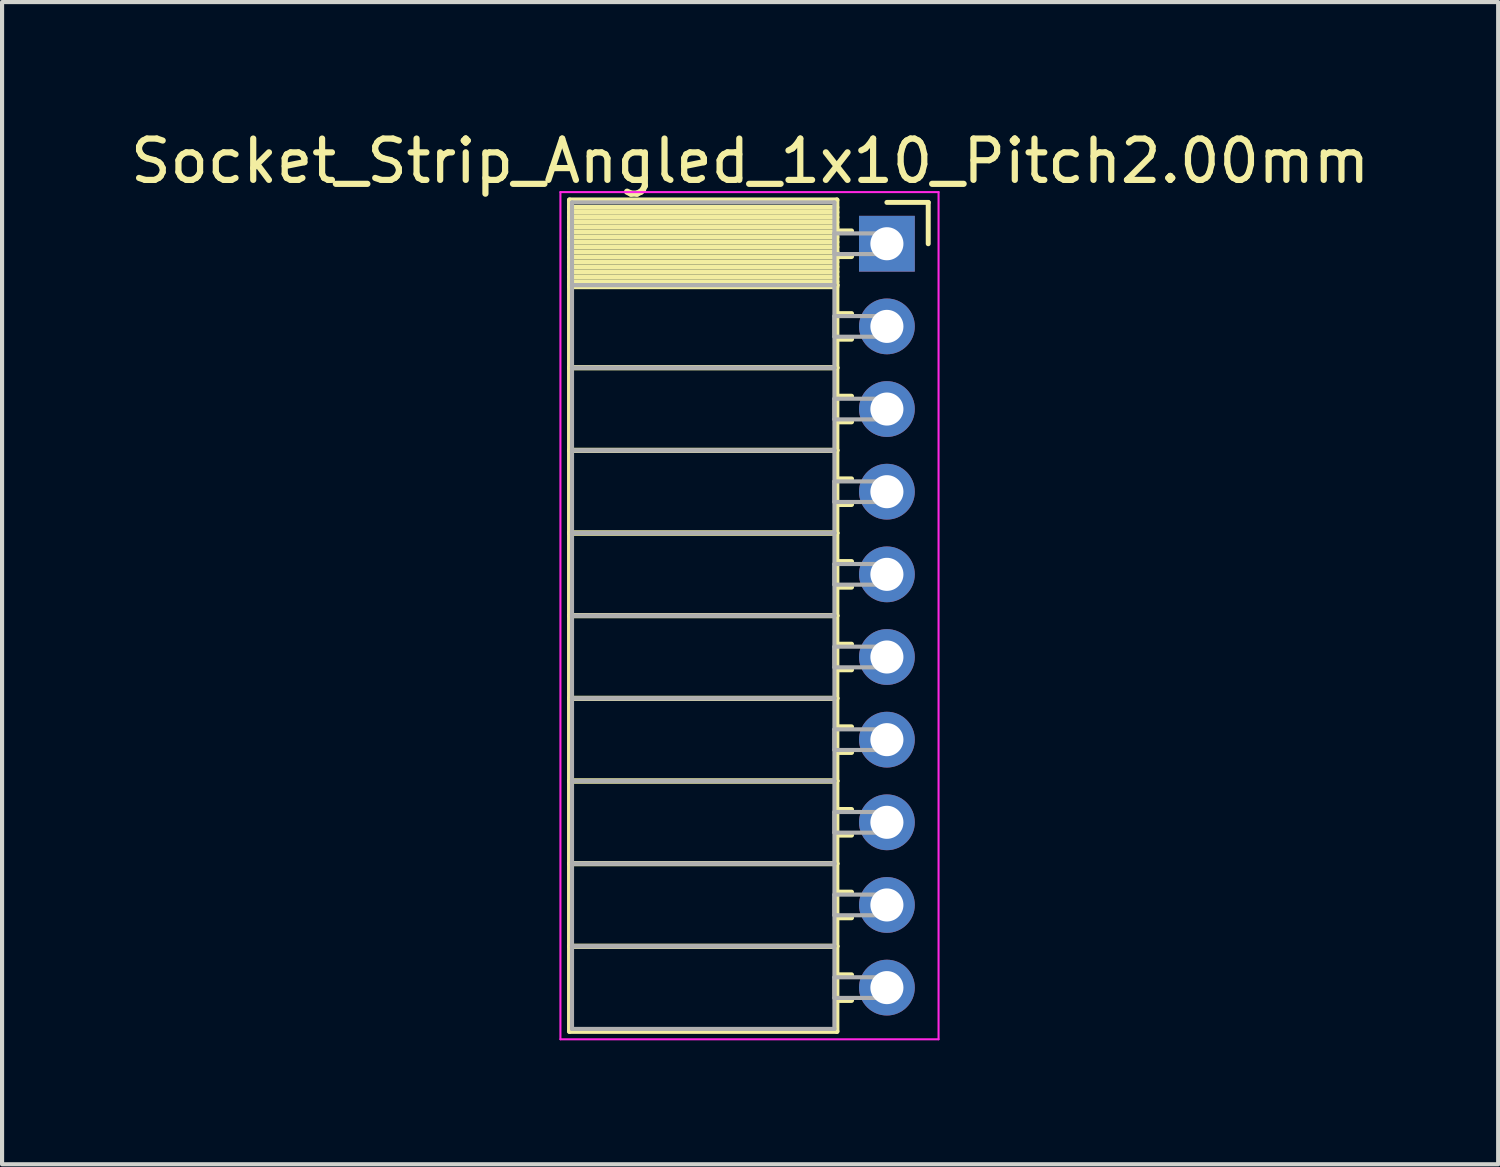
<source format=kicad_pcb>
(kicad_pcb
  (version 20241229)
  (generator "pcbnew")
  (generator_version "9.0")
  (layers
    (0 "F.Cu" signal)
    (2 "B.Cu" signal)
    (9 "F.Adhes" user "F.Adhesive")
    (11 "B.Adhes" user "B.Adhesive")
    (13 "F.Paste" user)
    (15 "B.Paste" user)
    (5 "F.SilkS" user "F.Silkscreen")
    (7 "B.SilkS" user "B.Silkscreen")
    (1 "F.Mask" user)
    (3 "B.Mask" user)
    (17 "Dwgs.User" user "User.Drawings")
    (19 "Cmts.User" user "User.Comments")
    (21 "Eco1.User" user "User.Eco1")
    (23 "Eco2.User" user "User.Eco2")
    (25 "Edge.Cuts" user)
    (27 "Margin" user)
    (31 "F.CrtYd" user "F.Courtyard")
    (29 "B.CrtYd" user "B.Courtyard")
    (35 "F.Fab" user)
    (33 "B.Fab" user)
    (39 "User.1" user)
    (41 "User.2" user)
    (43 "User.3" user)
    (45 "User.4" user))
  (footprint "Socket_Strip_Angled_1x10_Pitch2.00mm"
    (layer "F.Cu")
    (at 18.411 2.848)
    (property "Reference" "Socket_Strip_Angled_1x10_Pitch2.00mm" (at -3.31 -2 0) (layer "F.SilkS") (effects (font (size 1 1) (thickness 0.15))))
    (attr through_hole)
    (fp_line (start -7.68 -1.06) (end -1.21 -1.06) (stroke (width 0.12) (type solid)) (layer "F.SilkS"))
    (fp_line (start -7.68 1) (end -7.68 -1.06) (stroke (width 0.12) (type solid)) (layer "F.SilkS"))
    (fp_line (start -7.68 1) (end -1.21 1) (stroke (width 0.12) (type solid)) (layer "F.SilkS"))
    (fp_line (start -7.68 3) (end -7.68 1) (stroke (width 0.12) (type solid)) (layer "F.SilkS"))
    (fp_line (start -7.68 3) (end -1.21 3) (stroke (width 0.12) (type solid)) (layer "F.SilkS"))
    (fp_line (start -7.68 5) (end -7.68 3) (stroke (width 0.12) (type solid)) (layer "F.SilkS"))
    (fp_line (start -7.68 5) (end -1.21 5) (stroke (width 0.12) (type solid)) (layer "F.SilkS"))
    (fp_line (start -7.68 7) (end -7.68 5) (stroke (width 0.12) (type solid)) (layer "F.SilkS"))
    (fp_line (start -7.68 7) (end -1.21 7) (stroke (width 0.12) (type solid)) (layer "F.SilkS"))
    (fp_line (start -7.68 9) (end -7.68 7) (stroke (width 0.12) (type solid)) (layer "F.SilkS"))
    (fp_line (start -7.68 9) (end -1.21 9) (stroke (width 0.12) (type solid)) (layer "F.SilkS"))
    (fp_line (start -7.68 11) (end -7.68 9) (stroke (width 0.12) (type solid)) (layer "F.SilkS"))
    (fp_line (start -7.68 11) (end -1.21 11) (stroke (width 0.12) (type solid)) (layer "F.SilkS"))
    (fp_line (start -7.68 13) (end -7.68 11) (stroke (width 0.12) (type solid)) (layer "F.SilkS"))
    (fp_line (start -7.68 13) (end -1.21 13) (stroke (width 0.12) (type solid)) (layer "F.SilkS"))
    (fp_line (start -7.68 15) (end -7.68 13) (stroke (width 0.12) (type solid)) (layer "F.SilkS"))
    (fp_line (start -7.68 15) (end -1.21 15) (stroke (width 0.12) (type solid)) (layer "F.SilkS"))
    (fp_line (start -7.68 17) (end -7.68 15) (stroke (width 0.12) (type solid)) (layer "F.SilkS"))
    (fp_line (start -7.68 17) (end -1.21 17) (stroke (width 0.12) (type solid)) (layer "F.SilkS"))
    (fp_line (start -7.68 19.06) (end -7.68 17) (stroke (width 0.12) (type solid)) (layer "F.SilkS"))
    (fp_line (start -1.21 -1.06) (end -1.21 1) (stroke (width 0.12) (type solid)) (layer "F.SilkS"))
    (fp_line (start -1.21 -0.88) (end -7.68 -0.88) (stroke (width 0.12) (type solid)) (layer "F.SilkS"))
    (fp_line (start -1.21 -0.76) (end -7.68 -0.76) (stroke (width 0.12) (type solid)) (layer "F.SilkS"))
    (fp_line (start -1.21 -0.64) (end -7.68 -0.64) (stroke (width 0.12) (type solid)) (layer "F.SilkS"))
    (fp_line (start -1.21 -0.52) (end -7.68 -0.52) (stroke (width 0.12) (type solid)) (layer "F.SilkS"))
    (fp_line (start -1.21 -0.4) (end -7.68 -0.4) (stroke (width 0.12) (type solid)) (layer "F.SilkS"))
    (fp_line (start -1.21 -0.28) (end -7.68 -0.28) (stroke (width 0.12) (type solid)) (layer "F.SilkS"))
    (fp_line (start -1.21 -0.16) (end -7.68 -0.16) (stroke (width 0.12) (type solid)) (layer "F.SilkS"))
    (fp_line (start -1.21 -0.04) (end -7.68 -0.04) (stroke (width 0.12) (type solid)) (layer "F.SilkS"))
    (fp_line (start -1.21 0.08) (end -7.68 0.08) (stroke (width 0.12) (type solid)) (layer "F.SilkS"))
    (fp_line (start -1.21 0.2) (end -7.68 0.2) (stroke (width 0.12) (type solid)) (layer "F.SilkS"))
    (fp_line (start -1.21 0.32) (end -7.68 0.32) (stroke (width 0.12) (type solid)) (layer "F.SilkS"))
    (fp_line (start -1.21 0.44) (end -7.68 0.44) (stroke (width 0.12) (type solid)) (layer "F.SilkS"))
    (fp_line (start -1.21 0.56) (end -7.68 0.56) (stroke (width 0.12) (type solid)) (layer "F.SilkS"))
    (fp_line (start -1.21 0.68) (end -7.68 0.68) (stroke (width 0.12) (type solid)) (layer "F.SilkS"))
    (fp_line (start -1.21 0.8) (end -7.68 0.8) (stroke (width 0.12) (type solid)) (layer "F.SilkS"))
    (fp_line (start -1.21 0.92) (end -7.68 0.92) (stroke (width 0.12) (type solid)) (layer "F.SilkS"))
    (fp_line (start -1.21 1) (end -7.68 1) (stroke (width 0.12) (type solid)) (layer "F.SilkS"))
    (fp_line (start -1.21 1) (end -1.21 3) (stroke (width 0.12) (type solid)) (layer "F.SilkS"))
    (fp_line (start -1.21 1.04) (end -7.68 1.04) (stroke (width 0.12) (type solid)) (layer "F.SilkS"))
    (fp_line (start -1.21 3) (end -7.68 3) (stroke (width 0.12) (type solid)) (layer "F.SilkS"))
    (fp_line (start -1.21 3) (end -1.21 5) (stroke (width 0.12) (type solid)) (layer "F.SilkS"))
    (fp_line (start -1.21 5) (end -7.68 5) (stroke (width 0.12) (type solid)) (layer "F.SilkS"))
    (fp_line (start -1.21 5) (end -1.21 7) (stroke (width 0.12) (type solid)) (layer "F.SilkS"))
    (fp_line (start -1.21 7) (end -7.68 7) (stroke (width 0.12) (type solid)) (layer "F.SilkS"))
    (fp_line (start -1.21 7) (end -1.21 9) (stroke (width 0.12) (type solid)) (layer "F.SilkS"))
    (fp_line (start -1.21 9) (end -7.68 9) (stroke (width 0.12) (type solid)) (layer "F.SilkS"))
    (fp_line (start -1.21 9) (end -1.21 11) (stroke (width 0.12) (type solid)) (layer "F.SilkS"))
    (fp_line (start -1.21 11) (end -7.68 11) (stroke (width 0.12) (type solid)) (layer "F.SilkS"))
    (fp_line (start -1.21 11) (end -1.21 13) (stroke (width 0.12) (type solid)) (layer "F.SilkS"))
    (fp_line (start -1.21 13) (end -7.68 13) (stroke (width 0.12) (type solid)) (layer "F.SilkS"))
    (fp_line (start -1.21 13) (end -1.21 15) (stroke (width 0.12) (type solid)) (layer "F.SilkS"))
    (fp_line (start -1.21 15) (end -7.68 15) (stroke (width 0.12) (type solid)) (layer "F.SilkS"))
    (fp_line (start -1.21 15) (end -1.21 17) (stroke (width 0.12) (type solid)) (layer "F.SilkS"))
    (fp_line (start -1.21 17) (end -7.68 17) (stroke (width 0.12) (type solid)) (layer "F.SilkS"))
    (fp_line (start -1.21 17) (end -1.21 19.06) (stroke (width 0.12) (type solid)) (layer "F.SilkS"))
    (fp_line (start -1.21 19.06) (end -7.68 19.06) (stroke (width 0.12) (type solid)) (layer "F.SilkS"))
    (fp_line (start -0.855 -0.31) (end -1.21 -0.31) (stroke (width 0.12) (type solid)) (layer "F.SilkS"))
    (fp_line (start -0.855 0.31) (end -1.21 0.31) (stroke (width 0.12) (type solid)) (layer "F.SilkS"))
    (fp_line (start -0.855 1.69) (end -1.21 1.69) (stroke (width 0.12) (type solid)) (layer "F.SilkS"))
    (fp_line (start -0.855 2.31) (end -1.21 2.31) (stroke (width 0.12) (type solid)) (layer "F.SilkS"))
    (fp_line (start -0.855 3.69) (end -1.21 3.69) (stroke (width 0.12) (type solid)) (layer "F.SilkS"))
    (fp_line (start -0.855 4.31) (end -1.21 4.31) (stroke (width 0.12) (type solid)) (layer "F.SilkS"))
    (fp_line (start -0.855 5.69) (end -1.21 5.69) (stroke (width 0.12) (type solid)) (layer "F.SilkS"))
    (fp_line (start -0.855 6.31) (end -1.21 6.31) (stroke (width 0.12) (type solid)) (layer "F.SilkS"))
    (fp_line (start -0.855 7.69) (end -1.21 7.69) (stroke (width 0.12) (type solid)) (layer "F.SilkS"))
    (fp_line (start -0.855 8.31) (end -1.21 8.31) (stroke (width 0.12) (type solid)) (layer "F.SilkS"))
    (fp_line (start -0.855 9.69) (end -1.21 9.69) (stroke (width 0.12) (type solid)) (layer "F.SilkS"))
    (fp_line (start -0.855 10.31) (end -1.21 10.31) (stroke (width 0.12) (type solid)) (layer "F.SilkS"))
    (fp_line (start -0.855 11.69) (end -1.21 11.69) (stroke (width 0.12) (type solid)) (layer "F.SilkS"))
    (fp_line (start -0.855 12.31) (end -1.21 12.31) (stroke (width 0.12) (type solid)) (layer "F.SilkS"))
    (fp_line (start -0.855 13.69) (end -1.21 13.69) (stroke (width 0.12) (type solid)) (layer "F.SilkS"))
    (fp_line (start -0.855 14.31) (end -1.21 14.31) (stroke (width 0.12) (type solid)) (layer "F.SilkS"))
    (fp_line (start -0.855 15.69) (end -1.21 15.69) (stroke (width 0.12) (type solid)) (layer "F.SilkS"))
    (fp_line (start -0.855 16.31) (end -1.21 16.31) (stroke (width 0.12) (type solid)) (layer "F.SilkS"))
    (fp_line (start -0.855 17.69) (end -1.21 17.69) (stroke (width 0.12) (type solid)) (layer "F.SilkS"))
    (fp_line (start -0.855 18.31) (end -1.21 18.31) (stroke (width 0.12) (type solid)) (layer "F.SilkS"))
    (fp_line (start 0 -1) (end 1 -1) (stroke (width 0.12) (type solid)) (layer "F.SilkS"))
    (fp_line (start 1 -1) (end 1 0) (stroke (width 0.12) (type solid)) (layer "F.SilkS"))
    (fp_line (start -7.9 -1.25) (end 1.25 -1.25) (stroke (width 0.05) (type solid)) (layer "F.CrtYd"))
    (fp_line (start -7.9 19.25) (end -7.9 -1.25) (stroke (width 0.05) (type solid)) (layer "F.CrtYd"))
    (fp_line (start 1.25 -1.25) (end 1.25 19.25) (stroke (width 0.05) (type solid)) (layer "F.CrtYd"))
    (fp_line (start 1.25 19.25) (end -7.9 19.25) (stroke (width 0.05) (type solid)) (layer "F.CrtYd"))
    (fp_line (start -7.62 -1) (end -1.27 -1) (stroke (width 0.1) (type solid)) (layer "F.Fab"))
    (fp_line (start -7.62 1) (end -7.62 -1) (stroke (width 0.1) (type solid)) (layer "F.Fab"))
    (fp_line (start -7.62 1) (end -1.27 1) (stroke (width 0.1) (type solid)) (layer "F.Fab"))
    (fp_line (start -7.62 3) (end -7.62 1) (stroke (width 0.1) (type solid)) (layer "F.Fab"))
    (fp_line (start -7.62 3) (end -1.27 3) (stroke (width 0.1) (type solid)) (layer "F.Fab"))
    (fp_line (start -7.62 5) (end -7.62 3) (stroke (width 0.1) (type solid)) (layer "F.Fab"))
    (fp_line (start -7.62 5) (end -1.27 5) (stroke (width 0.1) (type solid)) (layer "F.Fab"))
    (fp_line (start -7.62 7) (end -7.62 5) (stroke (width 0.1) (type solid)) (layer "F.Fab"))
    (fp_line (start -7.62 7) (end -1.27 7) (stroke (width 0.1) (type solid)) (layer "F.Fab"))
    (fp_line (start -7.62 9) (end -7.62 7) (stroke (width 0.1) (type solid)) (layer "F.Fab"))
    (fp_line (start -7.62 9) (end -1.27 9) (stroke (width 0.1) (type solid)) (layer "F.Fab"))
    (fp_line (start -7.62 11) (end -7.62 9) (stroke (width 0.1) (type solid)) (layer "F.Fab"))
    (fp_line (start -7.62 11) (end -1.27 11) (stroke (width 0.1) (type solid)) (layer "F.Fab"))
    (fp_line (start -7.62 13) (end -7.62 11) (stroke (width 0.1) (type solid)) (layer "F.Fab"))
    (fp_line (start -7.62 13) (end -1.27 13) (stroke (width 0.1) (type solid)) (layer "F.Fab"))
    (fp_line (start -7.62 15) (end -7.62 13) (stroke (width 0.1) (type solid)) (layer "F.Fab"))
    (fp_line (start -7.62 15) (end -1.27 15) (stroke (width 0.1) (type solid)) (layer "F.Fab"))
    (fp_line (start -7.62 17) (end -7.62 15) (stroke (width 0.1) (type solid)) (layer "F.Fab"))
    (fp_line (start -7.62 17) (end -1.27 17) (stroke (width 0.1) (type solid)) (layer "F.Fab"))
    (fp_line (start -7.62 19) (end -7.62 17) (stroke (width 0.1) (type solid)) (layer "F.Fab"))
    (fp_line (start -1.27 -1) (end -1.27 1) (stroke (width 0.1) (type solid)) (layer "F.Fab"))
    (fp_line (start -1.27 -0.25) (end 0 -0.25) (stroke (width 0.1) (type solid)) (layer "F.Fab"))
    (fp_line (start -1.27 0.25) (end -1.27 -0.25) (stroke (width 0.1) (type solid)) (layer "F.Fab"))
    (fp_line (start -1.27 1) (end -7.62 1) (stroke (width 0.1) (type solid)) (layer "F.Fab"))
    (fp_line (start -1.27 1) (end -1.27 3) (stroke (width 0.1) (type solid)) (layer "F.Fab"))
    (fp_line (start -1.27 1.75) (end 0 1.75) (stroke (width 0.1) (type solid)) (layer "F.Fab"))
    (fp_line (start -1.27 2.25) (end -1.27 1.75) (stroke (width 0.1) (type solid)) (layer "F.Fab"))
    (fp_line (start -1.27 3) (end -7.62 3) (stroke (width 0.1) (type solid)) (layer "F.Fab"))
    (fp_line (start -1.27 3) (end -1.27 5) (stroke (width 0.1) (type solid)) (layer "F.Fab"))
    (fp_line (start -1.27 3.75) (end 0 3.75) (stroke (width 0.1) (type solid)) (layer "F.Fab"))
    (fp_line (start -1.27 4.25) (end -1.27 3.75) (stroke (width 0.1) (type solid)) (layer "F.Fab"))
    (fp_line (start -1.27 5) (end -7.62 5) (stroke (width 0.1) (type solid)) (layer "F.Fab"))
    (fp_line (start -1.27 5) (end -1.27 7) (stroke (width 0.1) (type solid)) (layer "F.Fab"))
    (fp_line (start -1.27 5.75) (end 0 5.75) (stroke (width 0.1) (type solid)) (layer "F.Fab"))
    (fp_line (start -1.27 6.25) (end -1.27 5.75) (stroke (width 0.1) (type solid)) (layer "F.Fab"))
    (fp_line (start -1.27 7) (end -7.62 7) (stroke (width 0.1) (type solid)) (layer "F.Fab"))
    (fp_line (start -1.27 7) (end -1.27 9) (stroke (width 0.1) (type solid)) (layer "F.Fab"))
    (fp_line (start -1.27 7.75) (end 0 7.75) (stroke (width 0.1) (type solid)) (layer "F.Fab"))
    (fp_line (start -1.27 8.25) (end -1.27 7.75) (stroke (width 0.1) (type solid)) (layer "F.Fab"))
    (fp_line (start -1.27 9) (end -7.62 9) (stroke (width 0.1) (type solid)) (layer "F.Fab"))
    (fp_line (start -1.27 9) (end -1.27 11) (stroke (width 0.1) (type solid)) (layer "F.Fab"))
    (fp_line (start -1.27 9.75) (end 0 9.75) (stroke (width 0.1) (type solid)) (layer "F.Fab"))
    (fp_line (start -1.27 10.25) (end -1.27 9.75) (stroke (width 0.1) (type solid)) (layer "F.Fab"))
    (fp_line (start -1.27 11) (end -7.62 11) (stroke (width 0.1) (type solid)) (layer "F.Fab"))
    (fp_line (start -1.27 11) (end -1.27 13) (stroke (width 0.1) (type solid)) (layer "F.Fab"))
    (fp_line (start -1.27 11.75) (end 0 11.75) (stroke (width 0.1) (type solid)) (layer "F.Fab"))
    (fp_line (start -1.27 12.25) (end -1.27 11.75) (stroke (width 0.1) (type solid)) (layer "F.Fab"))
    (fp_line (start -1.27 13) (end -7.62 13) (stroke (width 0.1) (type solid)) (layer "F.Fab"))
    (fp_line (start -1.27 13) (end -1.27 15) (stroke (width 0.1) (type solid)) (layer "F.Fab"))
    (fp_line (start -1.27 13.75) (end 0 13.75) (stroke (width 0.1) (type solid)) (layer "F.Fab"))
    (fp_line (start -1.27 14.25) (end -1.27 13.75) (stroke (width 0.1) (type solid)) (layer "F.Fab"))
    (fp_line (start -1.27 15) (end -7.62 15) (stroke (width 0.1) (type solid)) (layer "F.Fab"))
    (fp_line (start -1.27 15) (end -1.27 17) (stroke (width 0.1) (type solid)) (layer "F.Fab"))
    (fp_line (start -1.27 15.75) (end 0 15.75) (stroke (width 0.1) (type solid)) (layer "F.Fab"))
    (fp_line (start -1.27 16.25) (end -1.27 15.75) (stroke (width 0.1) (type solid)) (layer "F.Fab"))
    (fp_line (start -1.27 17) (end -7.62 17) (stroke (width 0.1) (type solid)) (layer "F.Fab"))
    (fp_line (start -1.27 17) (end -1.27 19) (stroke (width 0.1) (type solid)) (layer "F.Fab"))
    (fp_line (start -1.27 17.75) (end 0 17.75) (stroke (width 0.1) (type solid)) (layer "F.Fab"))
    (fp_line (start -1.27 18.25) (end -1.27 17.75) (stroke (width 0.1) (type solid)) (layer "F.Fab"))
    (fp_line (start -1.27 19) (end -7.62 19) (stroke (width 0.1) (type solid)) (layer "F.Fab"))
    (fp_line (start 0 -0.25) (end 0 0.25) (stroke (width 0.1) (type solid)) (layer "F.Fab"))
    (fp_line (start 0 0.25) (end -1.27 0.25) (stroke (width 0.1) (type solid)) (layer "F.Fab"))
    (fp_line (start 0 1.75) (end 0 2.25) (stroke (width 0.1) (type solid)) (layer "F.Fab"))
    (fp_line (start 0 2.25) (end -1.27 2.25) (stroke (width 0.1) (type solid)) (layer "F.Fab"))
    (fp_line (start 0 3.75) (end 0 4.25) (stroke (width 0.1) (type solid)) (layer "F.Fab"))
    (fp_line (start 0 4.25) (end -1.27 4.25) (stroke (width 0.1) (type solid)) (layer "F.Fab"))
    (fp_line (start 0 5.75) (end 0 6.25) (stroke (width 0.1) (type solid)) (layer "F.Fab"))
    (fp_line (start 0 6.25) (end -1.27 6.25) (stroke (width 0.1) (type solid)) (layer "F.Fab"))
    (fp_line (start 0 7.75) (end 0 8.25) (stroke (width 0.1) (type solid)) (layer "F.Fab"))
    (fp_line (start 0 8.25) (end -1.27 8.25) (stroke (width 0.1) (type solid)) (layer "F.Fab"))
    (fp_line (start 0 9.75) (end 0 10.25) (stroke (width 0.1) (type solid)) (layer "F.Fab"))
    (fp_line (start 0 10.25) (end -1.27 10.25) (stroke (width 0.1) (type solid)) (layer "F.Fab"))
    (fp_line (start 0 11.75) (end 0 12.25) (stroke (width 0.1) (type solid)) (layer "F.Fab"))
    (fp_line (start 0 12.25) (end -1.27 12.25) (stroke (width 0.1) (type solid)) (layer "F.Fab"))
    (fp_line (start 0 13.75) (end 0 14.25) (stroke (width 0.1) (type solid)) (layer "F.Fab"))
    (fp_line (start 0 14.25) (end -1.27 14.25) (stroke (width 0.1) (type solid)) (layer "F.Fab"))
    (fp_line (start 0 15.75) (end 0 16.25) (stroke (width 0.1) (type solid)) (layer "F.Fab"))
    (fp_line (start 0 16.25) (end -1.27 16.25) (stroke (width 0.1) (type solid)) (layer "F.Fab"))
    (fp_line (start 0 17.75) (end 0 18.25) (stroke (width 0.1) (type solid)) (layer "F.Fab"))
    (fp_line (start 0 18.25) (end -1.27 18.25) (stroke (width 0.1) (type solid)) (layer "F.Fab"))
    (pad "1" thru_hole rect (at 0 0) (size 1.35 1.35) (drill 0.8) (layers "*.Cu" "*.Mask"))
    (pad "2" thru_hole oval (at 0 2) (size 1.35 1.35) (drill 0.8) (layers "*.Cu" "*.Mask"))
    (pad "3" thru_hole oval (at 0 4) (size 1.35 1.35) (drill 0.8) (layers "*.Cu" "*.Mask"))
    (pad "4" thru_hole oval (at 0 6) (size 1.35 1.35) (drill 0.8) (layers "*.Cu" "*.Mask"))
    (pad "5" thru_hole oval (at 0 8) (size 1.35 1.35) (drill 0.8) (layers "*.Cu" "*.Mask"))
    (pad "6" thru_hole oval (at 0 10) (size 1.35 1.35) (drill 0.8) (layers "*.Cu" "*.Mask"))
    (pad "7" thru_hole oval (at 0 12) (size 1.35 1.35) (drill 0.8) (layers "*.Cu" "*.Mask"))
    (pad "8" thru_hole oval (at 0 14) (size 1.35 1.35) (drill 0.8) (layers "*.Cu" "*.Mask"))
    (pad "9" thru_hole oval (at 0 16) (size 1.35 1.35) (drill 0.8) (layers "*.Cu" "*.Mask"))
    (pad "10" thru_hole oval (at 0 18) (size 1.35 1.35) (drill 0.8) (layers "*.Cu" "*.Mask")))
  (gr_rect
    (start -3 -3)
    (end 33.202 25.123)
    (stroke (width 0.1) (type default))
    (fill no)
    (layer "Edge.Cuts")))
</source>
